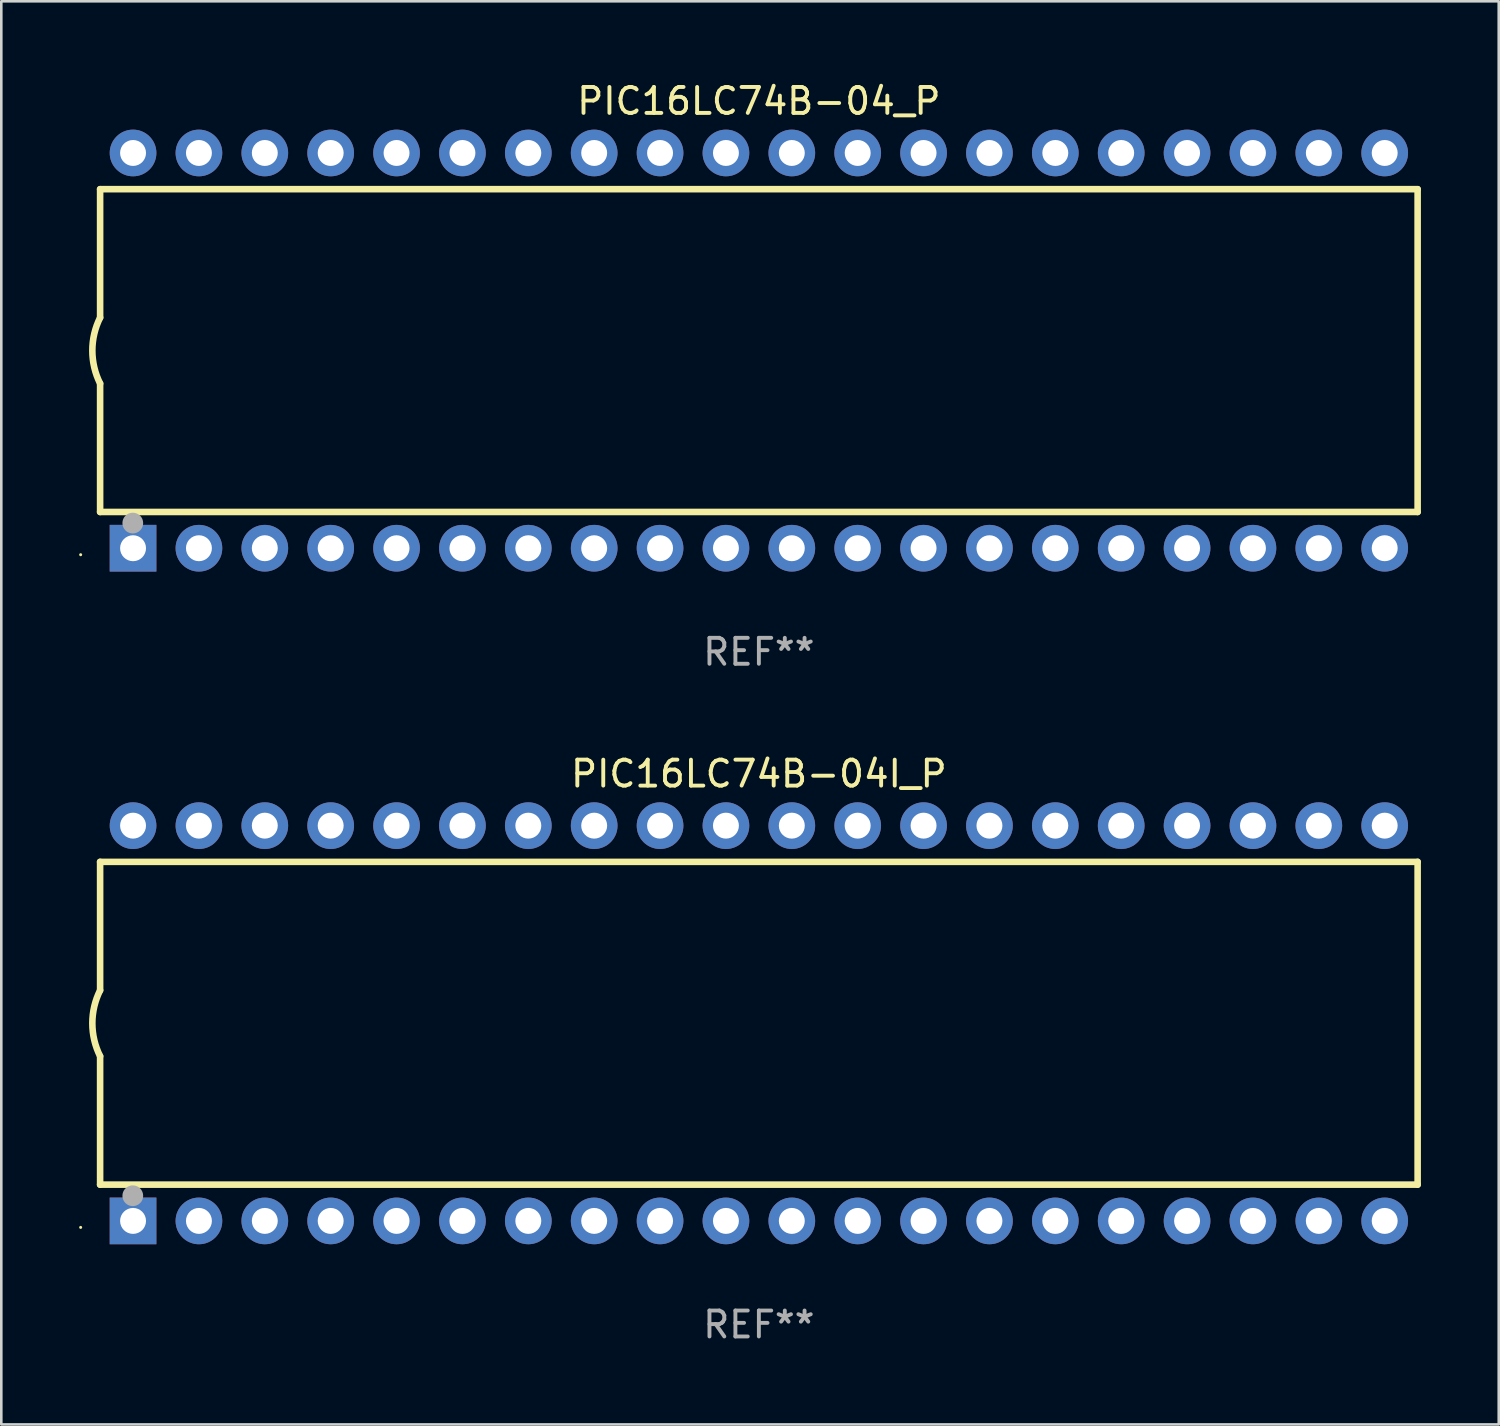
<source format=kicad_pcb>
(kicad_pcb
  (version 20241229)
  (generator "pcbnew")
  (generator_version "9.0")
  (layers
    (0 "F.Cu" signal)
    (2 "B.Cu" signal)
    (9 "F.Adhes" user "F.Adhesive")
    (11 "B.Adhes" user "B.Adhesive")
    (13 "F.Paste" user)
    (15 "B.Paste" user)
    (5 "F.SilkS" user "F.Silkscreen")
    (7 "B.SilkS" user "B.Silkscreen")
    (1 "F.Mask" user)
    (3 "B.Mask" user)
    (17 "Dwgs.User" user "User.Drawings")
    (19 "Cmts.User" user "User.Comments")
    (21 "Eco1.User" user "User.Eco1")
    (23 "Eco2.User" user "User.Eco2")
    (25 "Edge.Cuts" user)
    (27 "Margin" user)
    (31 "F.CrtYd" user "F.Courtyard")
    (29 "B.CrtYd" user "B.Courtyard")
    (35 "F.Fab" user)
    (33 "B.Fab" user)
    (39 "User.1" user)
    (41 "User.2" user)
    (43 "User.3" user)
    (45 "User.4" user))
  (footprint "PIC16LC74B-04I_P"
    (layer "F.Cu")
    (at 26.21 36.405)
    (property "Reference" "PIC16LC74B-04I_P" (at 0 -9.62 0) (layer "F.SilkS") (effects (font (size 1 1) (thickness 0.15))))
    (attr through_hole)
    (fp_line (start -25.4 -6.224) (end -25.4 -1.271) (stroke (width 0.254) (type solid)) (layer "F.SilkS"))
    (fp_line (start -25.4 -6.224) (end 25.4 -6.224) (stroke (width 0.254) (type solid)) (layer "F.SilkS"))
    (fp_line (start -25.4 1.269) (end -25.4 6.222) (stroke (width 0.254) (type solid)) (layer "F.SilkS"))
    (fp_line (start -25.4 6.222) (end 25.4 6.222) (stroke (width 0.254) (type solid)) (layer "F.SilkS"))
    (fp_line (start 25.4 6.222) (end 25.4 -6.224) (stroke (width 0.254) (type solid)) (layer "F.SilkS"))
    (fp_arc (start -25.4 1.269241) (mid -25.699807 -0.000762) (end -25.4 -1.270765) (stroke (width 0.254001) (type solid)) (layer "F.SilkS"))
    (fp_circle (center -26.15 7.87) (end -26.12 7.87) (stroke (width 0.06) (type solid)) (fill no) (layer "F.SilkS"))
    (fp_circle (center -24.14 6.65) (end -23.94 6.65) (stroke (width 0.4) (type solid)) (fill no) (layer "F.Fab"))
    (fp_text user "REF**" (at 0 11.62 0) (layer "F.Fab") (effects (font (size 1 1) (thickness 0.15))))
    (pad "1" thru_hole rect (at -24.13 7.62 90) (size 1.8 1.8) (drill 1) (layers "*.Cu" "*.Mask"))
    (pad "2" thru_hole circle (at -21.59 7.62) (size 1.8 1.8) (drill 1) (layers "*.Cu" "*.Mask"))
    (pad "3" thru_hole circle (at -19.05 7.62) (size 1.8 1.8) (drill 1) (layers "*.Cu" "*.Mask"))
    (pad "4" thru_hole circle (at -16.51 7.62) (size 1.8 1.8) (drill 1) (layers "*.Cu" "*.Mask"))
    (pad "5" thru_hole circle (at -13.97 7.62) (size 1.8 1.8) (drill 1) (layers "*.Cu" "*.Mask"))
    (pad "6" thru_hole circle (at -11.43 7.62) (size 1.8 1.8) (drill 1) (layers "*.Cu" "*.Mask"))
    (pad "7" thru_hole circle (at -8.89 7.62) (size 1.8 1.8) (drill 1) (layers "*.Cu" "*.Mask"))
    (pad "8" thru_hole circle (at -6.35 7.62) (size 1.8 1.8) (drill 1) (layers "*.Cu" "*.Mask"))
    (pad "9" thru_hole circle (at -3.81 7.62) (size 1.8 1.8) (drill 1) (layers "*.Cu" "*.Mask"))
    (pad "10" thru_hole circle (at -1.27 7.62) (size 1.8 1.8) (drill 1) (layers "*.Cu" "*.Mask"))
    (pad "11" thru_hole circle (at 1.27 7.62) (size 1.8 1.8) (drill 1) (layers "*.Cu" "*.Mask"))
    (pad "12" thru_hole circle (at 3.81 7.62) (size 1.8 1.8) (drill 1) (layers "*.Cu" "*.Mask"))
    (pad "13" thru_hole circle (at 6.35 7.62) (size 1.8 1.8) (drill 1) (layers "*.Cu" "*.Mask"))
    (pad "14" thru_hole circle (at 8.89 7.62) (size 1.8 1.8) (drill 1) (layers "*.Cu" "*.Mask"))
    (pad "15" thru_hole circle (at 11.43 7.62) (size 1.8 1.8) (drill 1) (layers "*.Cu" "*.Mask"))
    (pad "16" thru_hole circle (at 13.97 7.62) (size 1.8 1.8) (drill 1) (layers "*.Cu" "*.Mask"))
    (pad "17" thru_hole circle (at 16.51 7.62) (size 1.8 1.8) (drill 1) (layers "*.Cu" "*.Mask"))
    (pad "18" thru_hole circle (at 19.05 7.62) (size 1.8 1.8) (drill 1) (layers "*.Cu" "*.Mask"))
    (pad "19" thru_hole circle (at 21.59 7.62) (size 1.8 1.8) (drill 1) (layers "*.Cu" "*.Mask"))
    (pad "20" thru_hole circle (at 24.13 7.62) (size 1.8 1.8) (drill 1) (layers "*.Cu" "*.Mask"))
    (pad "21" thru_hole circle (at 24.13 -7.62) (size 1.8 1.8) (drill 1) (layers "*.Cu" "*.Mask"))
    (pad "22" thru_hole circle (at 21.59 -7.62) (size 1.8 1.8) (drill 1) (layers "*.Cu" "*.Mask"))
    (pad "23" thru_hole circle (at 19.05 -7.62) (size 1.8 1.8) (drill 1) (layers "*.Cu" "*.Mask"))
    (pad "24" thru_hole circle (at 16.51 -7.62) (size 1.8 1.8) (drill 1) (layers "*.Cu" "*.Mask"))
    (pad "25" thru_hole circle (at 13.97 -7.62) (size 1.8 1.8) (drill 1) (layers "*.Cu" "*.Mask"))
    (pad "26" thru_hole circle (at 11.43 -7.62) (size 1.8 1.8) (drill 1) (layers "*.Cu" "*.Mask"))
    (pad "27" thru_hole circle (at 8.89 -7.62) (size 1.8 1.8) (drill 1) (layers "*.Cu" "*.Mask"))
    (pad "28" thru_hole circle (at 6.35 -7.62) (size 1.8 1.8) (drill 1) (layers "*.Cu" "*.Mask"))
    (pad "29" thru_hole circle (at 3.81 -7.62) (size 1.8 1.8) (drill 1) (layers "*.Cu" "*.Mask"))
    (pad "30" thru_hole circle (at 1.27 -7.62) (size 1.8 1.8) (drill 1) (layers "*.Cu" "*.Mask"))
    (pad "31" thru_hole circle (at -1.27 -7.62) (size 1.8 1.8) (drill 1) (layers "*.Cu" "*.Mask"))
    (pad "32" thru_hole circle (at -3.81 -7.62) (size 1.8 1.8) (drill 1) (layers "*.Cu" "*.Mask"))
    (pad "33" thru_hole circle (at -6.35 -7.62) (size 1.8 1.8) (drill 1) (layers "*.Cu" "*.Mask"))
    (pad "34" thru_hole circle (at -8.89 -7.62) (size 1.8 1.8) (drill 1) (layers "*.Cu" "*.Mask"))
    (pad "35" thru_hole circle (at -11.43 -7.62) (size 1.8 1.8) (drill 1) (layers "*.Cu" "*.Mask"))
    (pad "36" thru_hole circle (at -13.97 -7.62) (size 1.8 1.8) (drill 1) (layers "*.Cu" "*.Mask"))
    (pad "37" thru_hole circle (at -16.51 -7.62) (size 1.8 1.8) (drill 1) (layers "*.Cu" "*.Mask"))
    (pad "38" thru_hole circle (at -19.05 -7.62) (size 1.8 1.8) (drill 1) (layers "*.Cu" "*.Mask"))
    (pad "39" thru_hole circle (at -21.59 -7.62) (size 1.8 1.8) (drill 1) (layers "*.Cu" "*.Mask"))
    (pad "40" thru_hole circle (at -24.13 -7.62) (size 1.8 1.8) (drill 1) (layers "*.Cu" "*.Mask")))
  (footprint "PIC16LC74B-04_P"
    (layer "F.Cu")
    (at 26.21 10.468)
    (property "Reference" "PIC16LC74B-04_P" (at 0 -9.62 0) (layer "F.SilkS") (effects (font (size 1 1) (thickness 0.15))))
    (attr through_hole)
    (fp_line (start -25.4 -6.224) (end -25.4 -1.271) (stroke (width 0.254) (type solid)) (layer "F.SilkS"))
    (fp_line (start -25.4 -6.224) (end 25.4 -6.224) (stroke (width 0.254) (type solid)) (layer "F.SilkS"))
    (fp_line (start -25.4 1.269) (end -25.4 6.222) (stroke (width 0.254) (type solid)) (layer "F.SilkS"))
    (fp_line (start -25.4 6.222) (end 25.4 6.222) (stroke (width 0.254) (type solid)) (layer "F.SilkS"))
    (fp_line (start 25.4 6.222) (end 25.4 -6.224) (stroke (width 0.254) (type solid)) (layer "F.SilkS"))
    (fp_arc (start -25.4 1.269241) (mid -25.699807 -0.000762) (end -25.4 -1.270765) (stroke (width 0.254001) (type solid)) (layer "F.SilkS"))
    (fp_circle (center -26.15 7.87) (end -26.12 7.87) (stroke (width 0.06) (type solid)) (fill no) (layer "F.SilkS"))
    (fp_circle (center -24.14 6.65) (end -23.94 6.65) (stroke (width 0.4) (type solid)) (fill no) (layer "F.Fab"))
    (fp_text user "REF**" (at 0 11.62 0) (layer "F.Fab") (effects (font (size 1 1) (thickness 0.15))))
    (pad "1" thru_hole rect (at -24.13 7.62 90) (size 1.8 1.8) (drill 1) (layers "*.Cu" "*.Mask"))
    (pad "2" thru_hole circle (at -21.59 7.62) (size 1.8 1.8) (drill 1) (layers "*.Cu" "*.Mask"))
    (pad "3" thru_hole circle (at -19.05 7.62) (size 1.8 1.8) (drill 1) (layers "*.Cu" "*.Mask"))
    (pad "4" thru_hole circle (at -16.51 7.62) (size 1.8 1.8) (drill 1) (layers "*.Cu" "*.Mask"))
    (pad "5" thru_hole circle (at -13.97 7.62) (size 1.8 1.8) (drill 1) (layers "*.Cu" "*.Mask"))
    (pad "6" thru_hole circle (at -11.43 7.62) (size 1.8 1.8) (drill 1) (layers "*.Cu" "*.Mask"))
    (pad "7" thru_hole circle (at -8.89 7.62) (size 1.8 1.8) (drill 1) (layers "*.Cu" "*.Mask"))
    (pad "8" thru_hole circle (at -6.35 7.62) (size 1.8 1.8) (drill 1) (layers "*.Cu" "*.Mask"))
    (pad "9" thru_hole circle (at -3.81 7.62) (size 1.8 1.8) (drill 1) (layers "*.Cu" "*.Mask"))
    (pad "10" thru_hole circle (at -1.27 7.62) (size 1.8 1.8) (drill 1) (layers "*.Cu" "*.Mask"))
    (pad "11" thru_hole circle (at 1.27 7.62) (size 1.8 1.8) (drill 1) (layers "*.Cu" "*.Mask"))
    (pad "12" thru_hole circle (at 3.81 7.62) (size 1.8 1.8) (drill 1) (layers "*.Cu" "*.Mask"))
    (pad "13" thru_hole circle (at 6.35 7.62) (size 1.8 1.8) (drill 1) (layers "*.Cu" "*.Mask"))
    (pad "14" thru_hole circle (at 8.89 7.62) (size 1.8 1.8) (drill 1) (layers "*.Cu" "*.Mask"))
    (pad "15" thru_hole circle (at 11.43 7.62) (size 1.8 1.8) (drill 1) (layers "*.Cu" "*.Mask"))
    (pad "16" thru_hole circle (at 13.97 7.62) (size 1.8 1.8) (drill 1) (layers "*.Cu" "*.Mask"))
    (pad "17" thru_hole circle (at 16.51 7.62) (size 1.8 1.8) (drill 1) (layers "*.Cu" "*.Mask"))
    (pad "18" thru_hole circle (at 19.05 7.62) (size 1.8 1.8) (drill 1) (layers "*.Cu" "*.Mask"))
    (pad "19" thru_hole circle (at 21.59 7.62) (size 1.8 1.8) (drill 1) (layers "*.Cu" "*.Mask"))
    (pad "20" thru_hole circle (at 24.13 7.62) (size 1.8 1.8) (drill 1) (layers "*.Cu" "*.Mask"))
    (pad "21" thru_hole circle (at 24.13 -7.62) (size 1.8 1.8) (drill 1) (layers "*.Cu" "*.Mask"))
    (pad "22" thru_hole circle (at 21.59 -7.62) (size 1.8 1.8) (drill 1) (layers "*.Cu" "*.Mask"))
    (pad "23" thru_hole circle (at 19.05 -7.62) (size 1.8 1.8) (drill 1) (layers "*.Cu" "*.Mask"))
    (pad "24" thru_hole circle (at 16.51 -7.62) (size 1.8 1.8) (drill 1) (layers "*.Cu" "*.Mask"))
    (pad "25" thru_hole circle (at 13.97 -7.62) (size 1.8 1.8) (drill 1) (layers "*.Cu" "*.Mask"))
    (pad "26" thru_hole circle (at 11.43 -7.62) (size 1.8 1.8) (drill 1) (layers "*.Cu" "*.Mask"))
    (pad "27" thru_hole circle (at 8.89 -7.62) (size 1.8 1.8) (drill 1) (layers "*.Cu" "*.Mask"))
    (pad "28" thru_hole circle (at 6.35 -7.62) (size 1.8 1.8) (drill 1) (layers "*.Cu" "*.Mask"))
    (pad "29" thru_hole circle (at 3.81 -7.62) (size 1.8 1.8) (drill 1) (layers "*.Cu" "*.Mask"))
    (pad "30" thru_hole circle (at 1.27 -7.62) (size 1.8 1.8) (drill 1) (layers "*.Cu" "*.Mask"))
    (pad "31" thru_hole circle (at -1.27 -7.62) (size 1.8 1.8) (drill 1) (layers "*.Cu" "*.Mask"))
    (pad "32" thru_hole circle (at -3.81 -7.62) (size 1.8 1.8) (drill 1) (layers "*.Cu" "*.Mask"))
    (pad "33" thru_hole circle (at -6.35 -7.62) (size 1.8 1.8) (drill 1) (layers "*.Cu" "*.Mask"))
    (pad "34" thru_hole circle (at -8.89 -7.62) (size 1.8 1.8) (drill 1) (layers "*.Cu" "*.Mask"))
    (pad "35" thru_hole circle (at -11.43 -7.62) (size 1.8 1.8) (drill 1) (layers "*.Cu" "*.Mask"))
    (pad "36" thru_hole circle (at -13.97 -7.62) (size 1.8 1.8) (drill 1) (layers "*.Cu" "*.Mask"))
    (pad "37" thru_hole circle (at -16.51 -7.62) (size 1.8 1.8) (drill 1) (layers "*.Cu" "*.Mask"))
    (pad "38" thru_hole circle (at -19.05 -7.62) (size 1.8 1.8) (drill 1) (layers "*.Cu" "*.Mask"))
    (pad "39" thru_hole circle (at -21.59 -7.62) (size 1.8 1.8) (drill 1) (layers "*.Cu" "*.Mask"))
    (pad "40" thru_hole circle (at -24.13 -7.62) (size 1.8 1.8) (drill 1) (layers "*.Cu" "*.Mask")))
  (gr_rect
    (start -3 -3)
    (end 54.737 51.873)
    (stroke (width 0.1) (type default))
    (fill no)
    (layer "Edge.Cuts")))
</source>
